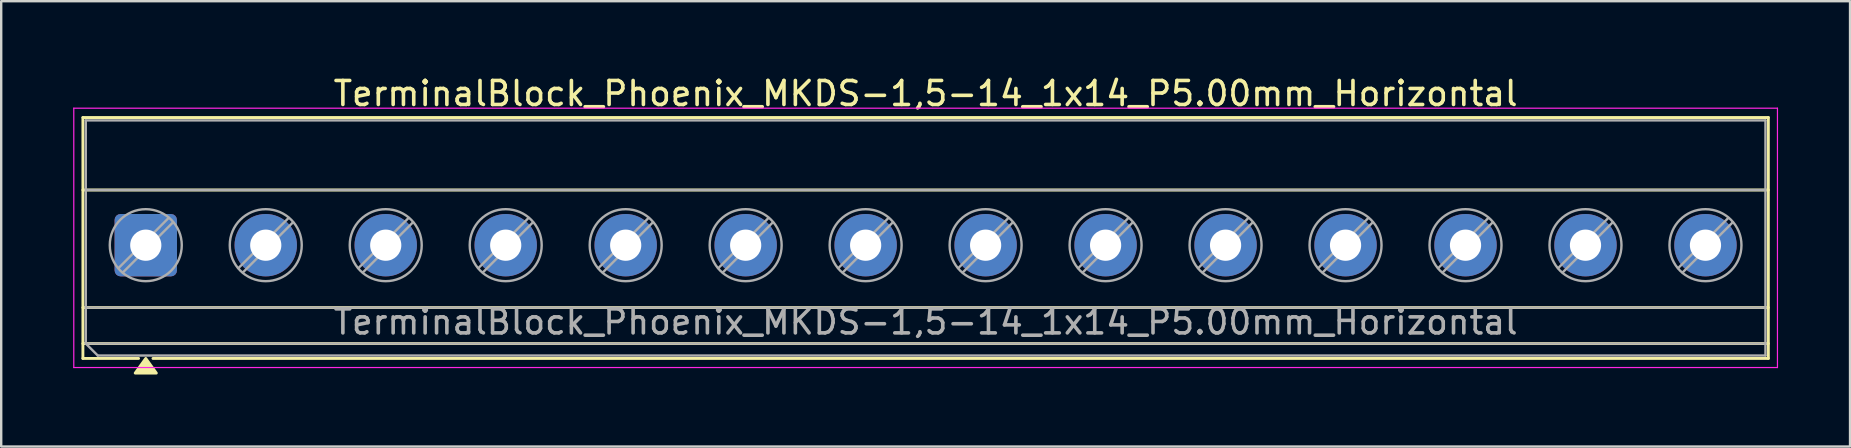
<source format=kicad_pcb>
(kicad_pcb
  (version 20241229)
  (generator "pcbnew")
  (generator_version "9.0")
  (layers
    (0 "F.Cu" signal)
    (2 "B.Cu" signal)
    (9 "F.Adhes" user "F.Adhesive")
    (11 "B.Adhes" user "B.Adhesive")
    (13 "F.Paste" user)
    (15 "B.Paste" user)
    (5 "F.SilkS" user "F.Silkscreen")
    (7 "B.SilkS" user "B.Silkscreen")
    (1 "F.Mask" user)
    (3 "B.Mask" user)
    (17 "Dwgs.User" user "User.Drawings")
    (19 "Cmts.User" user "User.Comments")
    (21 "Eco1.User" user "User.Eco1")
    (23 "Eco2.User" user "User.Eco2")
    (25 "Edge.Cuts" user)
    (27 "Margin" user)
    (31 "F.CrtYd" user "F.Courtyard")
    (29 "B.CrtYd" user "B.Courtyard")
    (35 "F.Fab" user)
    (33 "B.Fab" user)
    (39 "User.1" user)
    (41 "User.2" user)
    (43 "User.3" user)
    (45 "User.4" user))
  (footprint "TerminalBlock_Phoenix_MKDS-1,5-14_1x14_P5.00mm_Horizontal"
    (layer "F.Cu")
    (at 3.025 7.168)
    (property "Reference" "TerminalBlock_Phoenix_MKDS-1,5-14_1x14_P5.00mm_Horizontal" (at 32.5 -6.32 0) (layer "F.SilkS") (effects (font (size 1 1) (thickness 0.15))))
    (attr through_hole)
    (fp_line (start -2.62 -5.32) (end -2.62 4.72) (stroke (width 0.12) (type solid)) (layer "F.SilkS"))
    (fp_line (start -2.62 -5.32) (end 67.62 -5.32) (stroke (width 0.12) (type solid)) (layer "F.SilkS"))
    (fp_line (start -2.62 -2.3) (end 67.62 -2.3) (stroke (width 0.12) (type solid)) (layer "F.SilkS"))
    (fp_line (start -2.62 2.6) (end 67.62 2.6) (stroke (width 0.12) (type solid)) (layer "F.SilkS"))
    (fp_line (start -2.62 4.1) (end 67.62 4.1) (stroke (width 0.12) (type solid)) (layer "F.SilkS"))
    (fp_line (start -2.62 4.72) (end -0.3 4.72) (stroke (width 0.12) (type solid)) (layer "F.SilkS"))
    (fp_line (start 0.3 4.72) (end 67.62 4.72) (stroke (width 0.12) (type solid)) (layer "F.SilkS"))
    (fp_line (start 67.62 -5.32) (end 67.62 4.72) (stroke (width 0.12) (type solid)) (layer "F.SilkS"))
    (fp_poly (pts (xy 0 4.72) (xy 0.44 5.33) (xy -0.44 5.33)) (stroke (width 0.12) (type solid)) (fill yes) (layer "F.SilkS"))
    (fp_line (start -3 -5.71) (end -3 5.1) (stroke (width 0.05) (type solid)) (layer "F.CrtYd"))
    (fp_line (start -3 5.1) (end 68 5.1) (stroke (width 0.05) (type solid)) (layer "F.CrtYd"))
    (fp_line (start 68 -5.71) (end -3 -5.71) (stroke (width 0.05) (type solid)) (layer "F.CrtYd"))
    (fp_line (start 68 5.1) (end 68 -5.71) (stroke (width 0.05) (type solid)) (layer "F.CrtYd"))
    (fp_line (start -2.5 -5.2) (end 67.5 -5.2) (stroke (width 0.1) (type solid)) (layer "F.Fab"))
    (fp_line (start -2.5 -2.3) (end 67.5 -2.3) (stroke (width 0.1) (type solid)) (layer "F.Fab"))
    (fp_line (start -2.5 2.6) (end 67.5 2.6) (stroke (width 0.1) (type solid)) (layer "F.Fab"))
    (fp_line (start -2.5 4.1) (end -2.5 -5.2) (stroke (width 0.1) (type solid)) (layer "F.Fab"))
    (fp_line (start -2.5 4.1) (end 67.5 4.1) (stroke (width 0.1) (type solid)) (layer "F.Fab"))
    (fp_line (start -2 4.6) (end -2.5 4.1) (stroke (width 0.1) (type solid)) (layer "F.Fab"))
    (fp_line (start 0.955 -1.138) (end -1.138 0.955) (stroke (width 0.1) (type solid)) (layer "F.Fab"))
    (fp_line (start 1.138 -0.955) (end -0.955 1.138) (stroke (width 0.1) (type solid)) (layer "F.Fab"))
    (fp_line (start 5.955 -1.138) (end 3.862 0.955) (stroke (width 0.1) (type solid)) (layer "F.Fab"))
    (fp_line (start 6.138 -0.955) (end 4.045 1.138) (stroke (width 0.1) (type solid)) (layer "F.Fab"))
    (fp_line (start 10.955 -1.138) (end 8.862 0.955) (stroke (width 0.1) (type solid)) (layer "F.Fab"))
    (fp_line (start 11.138 -0.955) (end 9.045 1.138) (stroke (width 0.1) (type solid)) (layer "F.Fab"))
    (fp_line (start 15.955 -1.138) (end 13.862 0.955) (stroke (width 0.1) (type solid)) (layer "F.Fab"))
    (fp_line (start 16.138 -0.955) (end 14.045 1.138) (stroke (width 0.1) (type solid)) (layer "F.Fab"))
    (fp_line (start 20.955 -1.138) (end 18.862 0.955) (stroke (width 0.1) (type solid)) (layer "F.Fab"))
    (fp_line (start 21.138 -0.955) (end 19.045 1.138) (stroke (width 0.1) (type solid)) (layer "F.Fab"))
    (fp_line (start 25.955 -1.138) (end 23.862 0.955) (stroke (width 0.1) (type solid)) (layer "F.Fab"))
    (fp_line (start 26.138 -0.955) (end 24.045 1.138) (stroke (width 0.1) (type solid)) (layer "F.Fab"))
    (fp_line (start 30.955 -1.138) (end 28.862 0.955) (stroke (width 0.1) (type solid)) (layer "F.Fab"))
    (fp_line (start 31.138 -0.955) (end 29.045 1.138) (stroke (width 0.1) (type solid)) (layer "F.Fab"))
    (fp_line (start 35.955 -1.138) (end 33.862 0.955) (stroke (width 0.1) (type solid)) (layer "F.Fab"))
    (fp_line (start 36.138 -0.955) (end 34.045 1.138) (stroke (width 0.1) (type solid)) (layer "F.Fab"))
    (fp_line (start 40.955 -1.138) (end 38.862 0.955) (stroke (width 0.1) (type solid)) (layer "F.Fab"))
    (fp_line (start 41.138 -0.955) (end 39.045 1.138) (stroke (width 0.1) (type solid)) (layer "F.Fab"))
    (fp_line (start 45.955 -1.138) (end 43.862 0.955) (stroke (width 0.1) (type solid)) (layer "F.Fab"))
    (fp_line (start 46.138 -0.955) (end 44.045 1.138) (stroke (width 0.1) (type solid)) (layer "F.Fab"))
    (fp_line (start 50.955 -1.138) (end 48.862 0.955) (stroke (width 0.1) (type solid)) (layer "F.Fab"))
    (fp_line (start 51.138 -0.955) (end 49.045 1.138) (stroke (width 0.1) (type solid)) (layer "F.Fab"))
    (fp_line (start 55.955 -1.138) (end 53.862 0.955) (stroke (width 0.1) (type solid)) (layer "F.Fab"))
    (fp_line (start 56.138 -0.955) (end 54.045 1.138) (stroke (width 0.1) (type solid)) (layer "F.Fab"))
    (fp_line (start 60.955 -1.138) (end 58.862 0.955) (stroke (width 0.1) (type solid)) (layer "F.Fab"))
    (fp_line (start 61.138 -0.955) (end 59.045 1.138) (stroke (width 0.1) (type solid)) (layer "F.Fab"))
    (fp_line (start 65.955 -1.138) (end 63.862 0.955) (stroke (width 0.1) (type solid)) (layer "F.Fab"))
    (fp_line (start 66.138 -0.955) (end 64.045 1.138) (stroke (width 0.1) (type solid)) (layer "F.Fab"))
    (fp_line (start 67.5 -5.2) (end 67.5 4.6) (stroke (width 0.1) (type solid)) (layer "F.Fab"))
    (fp_line (start 67.5 4.6) (end -2 4.6) (stroke (width 0.1) (type solid)) (layer "F.Fab"))
    (fp_circle (center 0 0) (end 1.5 0) (stroke (width 0.1) (type solid)) (fill no) (layer "F.Fab"))
    (fp_circle (center 5 0) (end 6.5 0) (stroke (width 0.1) (type solid)) (fill no) (layer "F.Fab"))
    (fp_circle (center 10 0) (end 11.5 0) (stroke (width 0.1) (type solid)) (fill no) (layer "F.Fab"))
    (fp_circle (center 15 0) (end 16.5 0) (stroke (width 0.1) (type solid)) (fill no) (layer "F.Fab"))
    (fp_circle (center 20 0) (end 21.5 0) (stroke (width 0.1) (type solid)) (fill no) (layer "F.Fab"))
    (fp_circle (center 25 0) (end 26.5 0) (stroke (width 0.1) (type solid)) (fill no) (layer "F.Fab"))
    (fp_circle (center 30 0) (end 31.5 0) (stroke (width 0.1) (type solid)) (fill no) (layer "F.Fab"))
    (fp_circle (center 35 0) (end 36.5 0) (stroke (width 0.1) (type solid)) (fill no) (layer "F.Fab"))
    (fp_circle (center 40 0) (end 41.5 0) (stroke (width 0.1) (type solid)) (fill no) (layer "F.Fab"))
    (fp_circle (center 45 0) (end 46.5 0) (stroke (width 0.1) (type solid)) (fill no) (layer "F.Fab"))
    (fp_circle (center 50 0) (end 51.5 0) (stroke (width 0.1) (type solid)) (fill no) (layer "F.Fab"))
    (fp_circle (center 55 0) (end 56.5 0) (stroke (width 0.1) (type solid)) (fill no) (layer "F.Fab"))
    (fp_circle (center 60 0) (end 61.5 0) (stroke (width 0.1) (type solid)) (fill no) (layer "F.Fab"))
    (fp_circle (center 65 0) (end 66.5 0) (stroke (width 0.1) (type solid)) (fill no) (layer "F.Fab"))
    (fp_text user "${REFERENCE}" (at 32.5 3.2 0) (layer "F.Fab") (effects (font (size 1 1) (thickness 0.15))))
    (pad "1" thru_hole roundrect (at 0 0) (size 2.6 2.6) (drill 1.3) (layers "*.Cu" "*.Mask") (roundrect_rratio 0.096))
    (pad "2" thru_hole circle (at 5 0) (size 2.6 2.6) (drill 1.3) (layers "*.Cu" "*.Mask"))
    (pad "3" thru_hole circle (at 10 0) (size 2.6 2.6) (drill 1.3) (layers "*.Cu" "*.Mask"))
    (pad "4" thru_hole circle (at 15 0) (size 2.6 2.6) (drill 1.3) (layers "*.Cu" "*.Mask"))
    (pad "5" thru_hole circle (at 20 0) (size 2.6 2.6) (drill 1.3) (layers "*.Cu" "*.Mask"))
    (pad "6" thru_hole circle (at 25 0) (size 2.6 2.6) (drill 1.3) (layers "*.Cu" "*.Mask"))
    (pad "7" thru_hole circle (at 30 0) (size 2.6 2.6) (drill 1.3) (layers "*.Cu" "*.Mask"))
    (pad "8" thru_hole circle (at 35 0) (size 2.6 2.6) (drill 1.3) (layers "*.Cu" "*.Mask"))
    (pad "9" thru_hole circle (at 40 0) (size 2.6 2.6) (drill 1.3) (layers "*.Cu" "*.Mask"))
    (pad "10" thru_hole circle (at 45 0) (size 2.6 2.6) (drill 1.3) (layers "*.Cu" "*.Mask"))
    (pad "11" thru_hole circle (at 50 0) (size 2.6 2.6) (drill 1.3) (layers "*.Cu" "*.Mask"))
    (pad "12" thru_hole circle (at 55 0) (size 2.6 2.6) (drill 1.3) (layers "*.Cu" "*.Mask"))
    (pad "13" thru_hole circle (at 60 0) (size 2.6 2.6) (drill 1.3) (layers "*.Cu" "*.Mask"))
    (pad "14" thru_hole circle (at 65 0) (size 2.6 2.6) (drill 1.3) (layers "*.Cu" "*.Mask")))
  (gr_rect
    (start -3 -3)
    (end 74.05 15.558)
    (stroke (width 0.1) (type default))
    (fill no)
    (layer "Edge.Cuts")))
</source>
